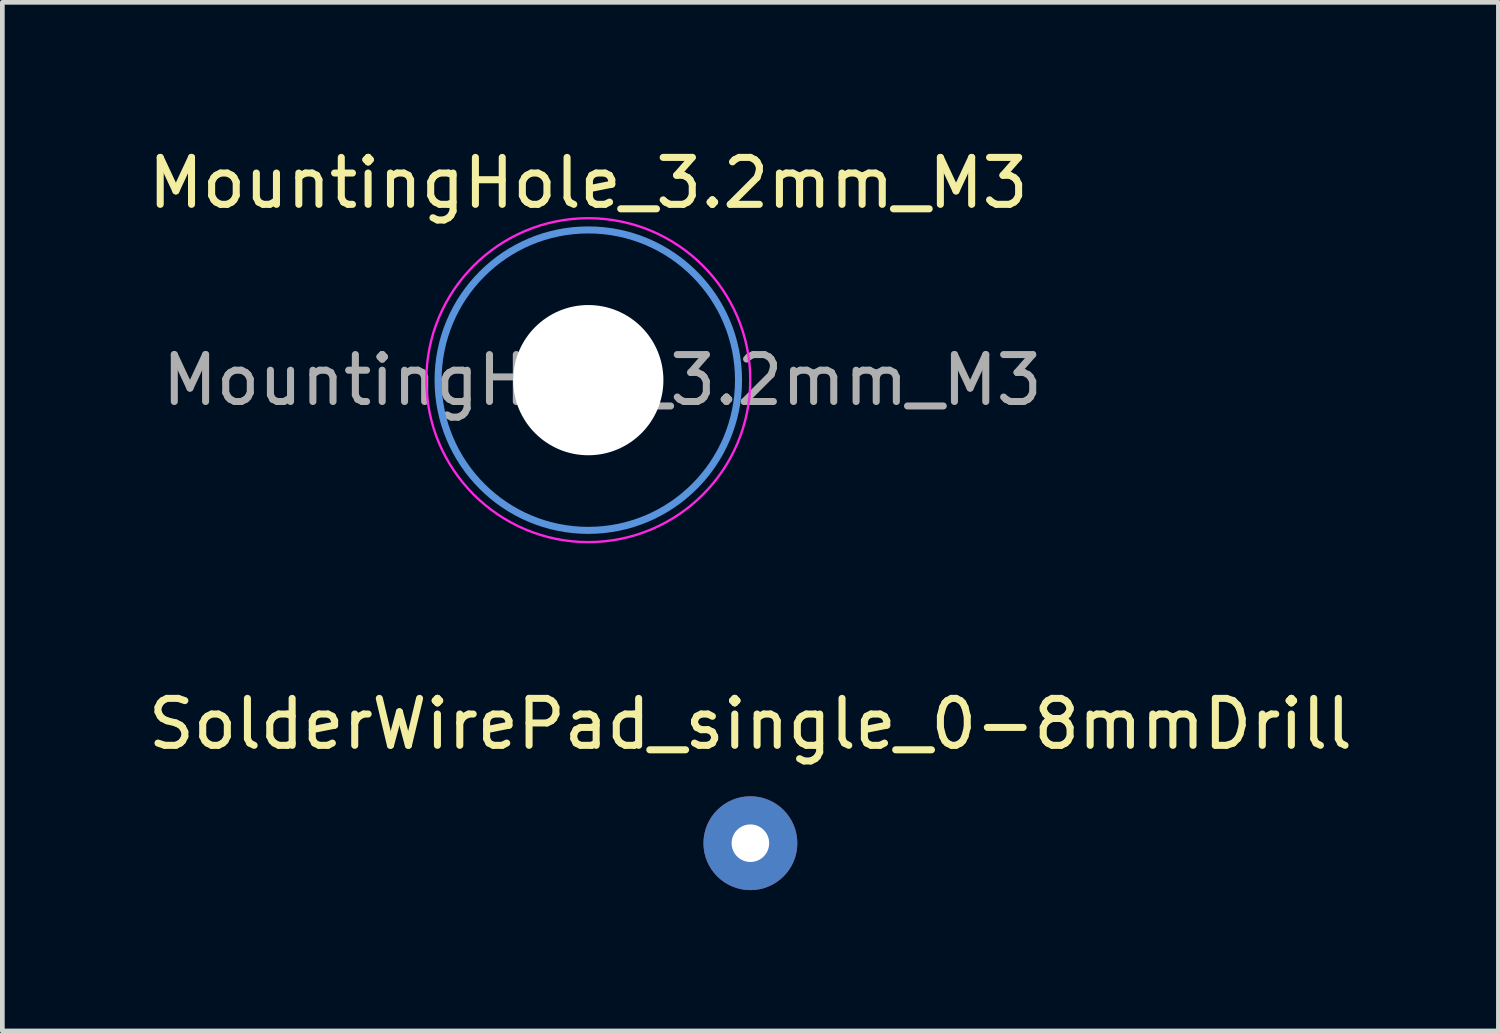
<source format=kicad_pcb>
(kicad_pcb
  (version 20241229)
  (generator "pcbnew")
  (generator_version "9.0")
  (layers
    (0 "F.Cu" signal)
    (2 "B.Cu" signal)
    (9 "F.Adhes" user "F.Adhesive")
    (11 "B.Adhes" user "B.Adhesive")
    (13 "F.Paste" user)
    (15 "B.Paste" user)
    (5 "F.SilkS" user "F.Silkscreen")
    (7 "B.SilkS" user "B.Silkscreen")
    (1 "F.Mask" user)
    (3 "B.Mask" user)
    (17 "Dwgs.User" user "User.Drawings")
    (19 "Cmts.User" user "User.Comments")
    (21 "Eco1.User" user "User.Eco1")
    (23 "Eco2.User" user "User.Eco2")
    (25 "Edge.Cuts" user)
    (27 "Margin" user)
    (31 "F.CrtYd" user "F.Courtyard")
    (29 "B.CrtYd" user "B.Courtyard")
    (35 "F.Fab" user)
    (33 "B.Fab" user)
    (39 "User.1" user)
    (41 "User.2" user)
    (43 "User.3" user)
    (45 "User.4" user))
  (footprint "SolderWirePad_single_0-8mmDrill"
    (layer "F.Cu")
    (at 12.935 14.912)
    (property "Reference" "SolderWirePad_single_0-8mmDrill" (at 0 -2.54 0) (layer "F.SilkS") (effects (font (size 1 1) (thickness 0.15))))
    (attr through_hole)
    (pad "1" thru_hole circle (at 0 0) (size 1.999 1.999) (drill 0.8) (layers "*.Cu" "*.Mask")))
  (footprint "MountingHole_3.2mm_M3"
    (layer "F.Cu")
    (at 9.482 5.048)
    (property "Reference" "MountingHole_3.2mm_M3" (at 0 -4.2 0) (layer "F.SilkS") (effects (font (size 1 1) (thickness 0.15))))
    (attr exclude_from_pos_files exclude_from_bom)
    (fp_circle (center 0 0) (end 3.2 0) (stroke (width 0.15) (type solid)) (fill no) (layer "Cmts.User"))
    (fp_circle (center 0 0) (end 3.45 0) (stroke (width 0.05) (type solid)) (fill no) (layer "F.CrtYd"))
    (fp_text user "${REFERENCE}" (at 0.3 0 0) (layer "F.Fab") (effects (font (size 1 1) (thickness 0.15))))
    (pad "" np_thru_hole circle (at 0 0) (size 3.2 3.2) (drill 3.2) (layers "*.Cu" "*.Mask")))
  (gr_rect
    (start -3 -3)
    (end 28.869 18.911)
    (stroke (width 0.1) (type default))
    (fill no)
    (layer "Edge.Cuts")))
</source>
